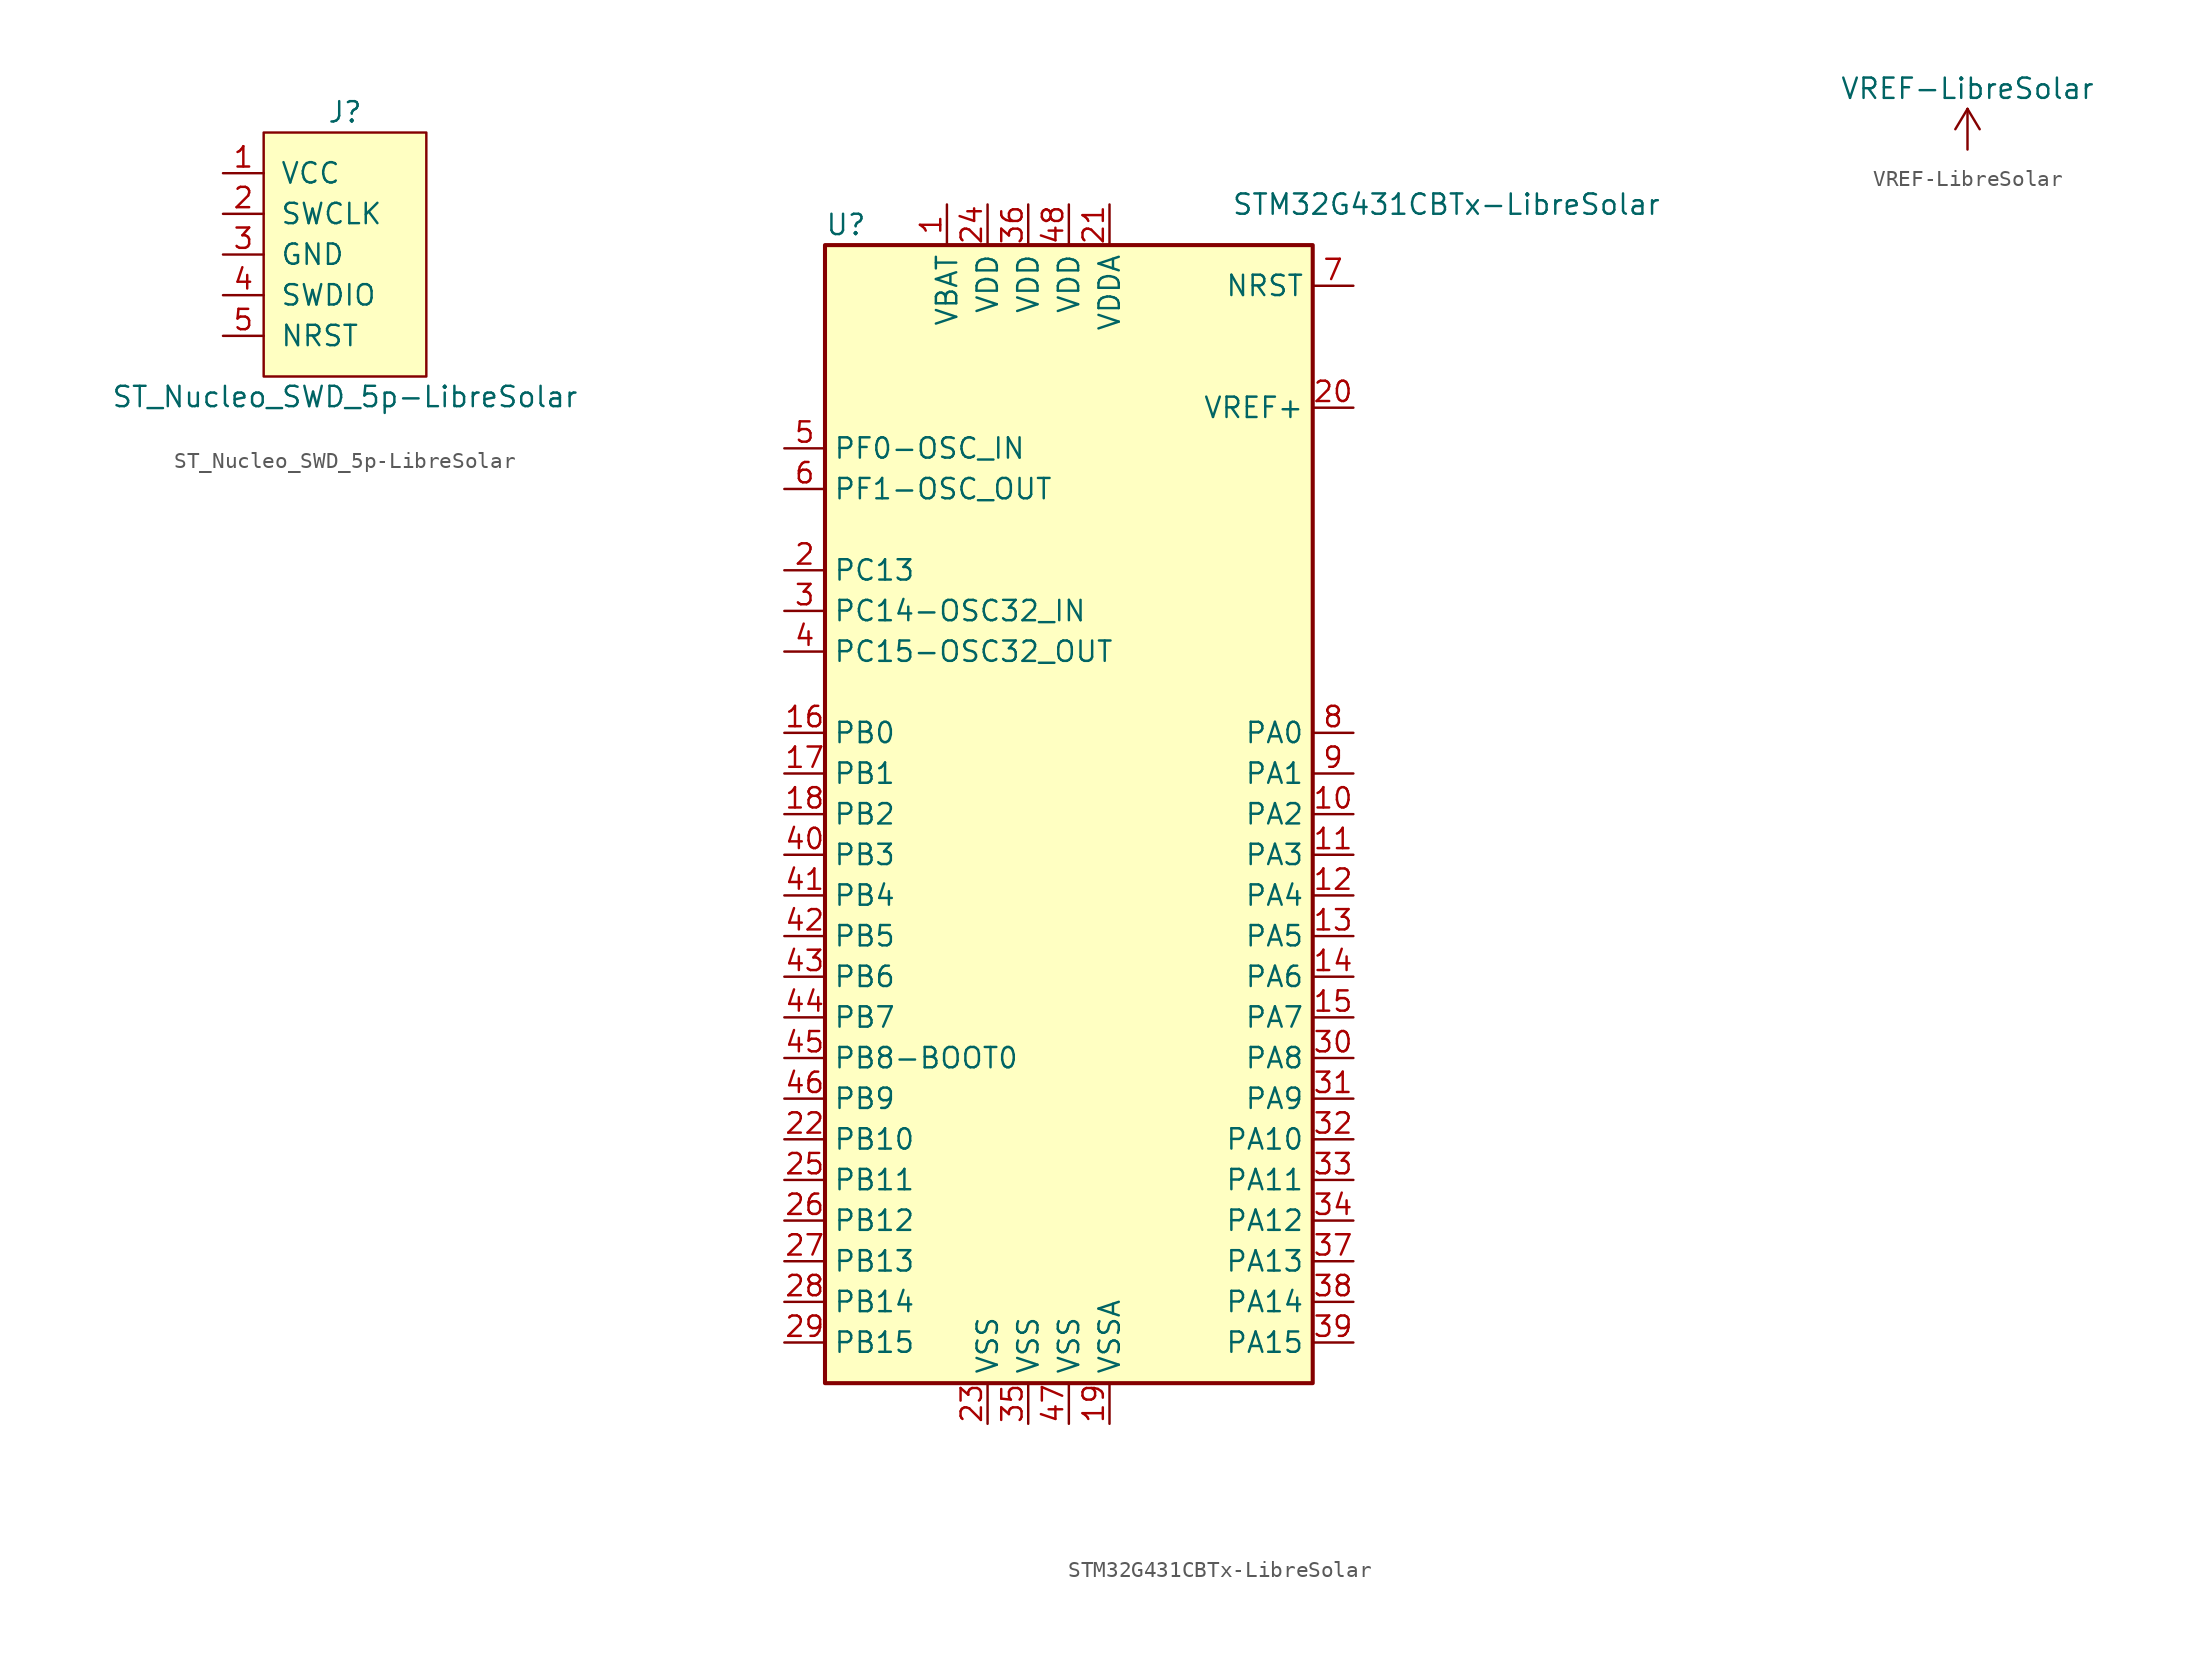
<source format=kicad_sym>
(kicad_symbol_lib
  (version 20211014)
  (generator kicad_symbol_editor)
  (symbol "ST_Nucleo_SWD_5p-LibreSolar"
    (pin_names
      (offset 1.016))
    (property "Reference" "J"
      (at 0 8.89 0)
      (effects (font (size 1.27 1.27))))
    (property "Value" "ST_Nucleo_SWD_5p-LibreSolar"
      (at 0 -8.89 0)
      (effects (font (size 1.27 1.27))))
    (property "Datasheet" ""
      (at 3.81 1.27 0)
      (effects (font (size 1.524 1.524))))
    (symbol "ST_Nucleo_SWD_5p-LibreSolar_0_1"
      (rectangle (start -5.08 7.62) (end 5.08 -7.62) (stroke (width 0) (type default) (color 0 0 0 0)) (fill (type background))))
    (symbol "ST_Nucleo_SWD_5p-LibreSolar_1_1"
      (pin passive line (at -7.62 5.08 0) (length 2.54) (name "VCC" (effects (font (size 1.27 1.27)))) (number "1" (effects (font (size 1.27 1.27)))))
      (pin passive line (at -7.62 2.54 0) (length 2.54) (name "SWCLK" (effects (font (size 1.27 1.27)))) (number "2" (effects (font (size 1.27 1.27)))))
      (pin passive line (at -7.62 0 0) (length 2.54) (name "GND" (effects (font (size 1.27 1.27)))) (number "3" (effects (font (size 1.27 1.27)))))
      (pin passive line (at -7.62 -2.54 0) (length 2.54) (name "SWDIO" (effects (font (size 1.27 1.27)))) (number "4" (effects (font (size 1.27 1.27)))))
      (pin passive line (at -7.62 -5.08 0) (length 2.54) (name "NRST" (effects (font (size 1.27 1.27)))) (number "5" (effects (font (size 1.27 1.27)))))))
  (symbol "STM32G431CBTx-LibreSolar"
    (property "Reference" "U"
      (at -15.24 36.83 0)
      (effects (font (size 1.27 1.27)) (justify left)))
    (property "Value" "STM32G431CBTx-LibreSolar"
      (at 10.16 38.1 0)
      (effects (font (size 1.27 1.27)) (justify left)))
    (symbol "STM32G431CBTx-LibreSolar_0_1"
      (rectangle (start -15.24 -35.56) (end 15.24 35.56) (stroke (width 0.254) (type default) (color 0 0 0 0)) (fill (type background))))
    (symbol "STM32G431CBTx-LibreSolar_1_1"
      (pin power_in line (at -7.62 38.1 270) (length 2.54) (name "VBAT" (effects (font (size 1.27 1.27)))) (number "1" (effects (font (size 1.27 1.27)))))
      (pin bidirectional line (at 17.78 0 180) (length 2.54) (name "PA2" (effects (font (size 1.27 1.27)))) (number "10" (effects (font (size 1.27 1.27)))))
      (pin bidirectional line (at 17.78 -2.54 180) (length 2.54) (name "PA3" (effects (font (size 1.27 1.27)))) (number "11" (effects (font (size 1.27 1.27)))))
      (pin bidirectional line (at 17.78 -5.08 180) (length 2.54) (name "PA4" (effects (font (size 1.27 1.27)))) (number "12" (effects (font (size 1.27 1.27)))))
      (pin bidirectional line (at 17.78 -7.62 180) (length 2.54) (name "PA5" (effects (font (size 1.27 1.27)))) (number "13" (effects (font (size 1.27 1.27)))))
      (pin bidirectional line (at 17.78 -10.16 180) (length 2.54) (name "PA6" (effects (font (size 1.27 1.27)))) (number "14" (effects (font (size 1.27 1.27)))))
      (pin bidirectional line (at 17.78 -12.7 180) (length 2.54) (name "PA7" (effects (font (size 1.27 1.27)))) (number "15" (effects (font (size 1.27 1.27)))))
      (pin bidirectional line (at -17.78 5.08 0) (length 2.54) (name "PB0" (effects (font (size 1.27 1.27)))) (number "16" (effects (font (size 1.27 1.27)))))
      (pin bidirectional line (at -17.78 2.54 0) (length 2.54) (name "PB1" (effects (font (size 1.27 1.27)))) (number "17" (effects (font (size 1.27 1.27)))))
      (pin bidirectional line (at -17.78 0 0) (length 2.54) (name "PB2" (effects (font (size 1.27 1.27)))) (number "18" (effects (font (size 1.27 1.27)))))
      (pin power_in line (at 2.54 -38.1 90) (length 2.54) (name "VSSA" (effects (font (size 1.27 1.27)))) (number "19" (effects (font (size 1.27 1.27)))))
      (pin bidirectional line (at -17.78 15.24 0) (length 2.54) (name "PC13" (effects (font (size 1.27 1.27)))) (number "2" (effects (font (size 1.27 1.27)))))
      (pin power_in line (at 17.78 25.4 180) (length 2.54) (name "VREF+" (effects (font (size 1.27 1.27)))) (number "20" (effects (font (size 1.27 1.27)))))
      (pin power_in line (at 2.54 38.1 270) (length 2.54) (name "VDDA" (effects (font (size 1.27 1.27)))) (number "21" (effects (font (size 1.27 1.27)))))
      (pin bidirectional line (at -17.78 -20.32 0) (length 2.54) (name "PB10" (effects (font (size 1.27 1.27)))) (number "22" (effects (font (size 1.27 1.27)))))
      (pin power_in line (at -5.08 -38.1 90) (length 2.54) (name "VSS" (effects (font (size 1.27 1.27)))) (number "23" (effects (font (size 1.27 1.27)))))
      (pin power_in line (at -5.08 38.1 270) (length 2.54) (name "VDD" (effects (font (size 1.27 1.27)))) (number "24" (effects (font (size 1.27 1.27)))))
      (pin bidirectional line (at -17.78 -22.86 0) (length 2.54) (name "PB11" (effects (font (size 1.27 1.27)))) (number "25" (effects (font (size 1.27 1.27)))))
      (pin bidirectional line (at -17.78 -25.4 0) (length 2.54) (name "PB12" (effects (font (size 1.27 1.27)))) (number "26" (effects (font (size 1.27 1.27)))))
      (pin bidirectional line (at -17.78 -27.94 0) (length 2.54) (name "PB13" (effects (font (size 1.27 1.27)))) (number "27" (effects (font (size 1.27 1.27)))))
      (pin bidirectional line (at -17.78 -30.48 0) (length 2.54) (name "PB14" (effects (font (size 1.27 1.27)))) (number "28" (effects (font (size 1.27 1.27)))))
      (pin bidirectional line (at -17.78 -33.02 0) (length 2.54) (name "PB15" (effects (font (size 1.27 1.27)))) (number "29" (effects (font (size 1.27 1.27)))))
      (pin bidirectional line (at -17.78 12.7 0) (length 2.54) (name "PC14-OSC32_IN" (effects (font (size 1.27 1.27)))) (number "3" (effects (font (size 1.27 1.27)))))
      (pin bidirectional line (at 17.78 -15.24 180) (length 2.54) (name "PA8" (effects (font (size 1.27 1.27)))) (number "30" (effects (font (size 1.27 1.27)))))
      (pin bidirectional line (at 17.78 -17.78 180) (length 2.54) (name "PA9" (effects (font (size 1.27 1.27)))) (number "31" (effects (font (size 1.27 1.27)))))
      (pin bidirectional line (at 17.78 -20.32 180) (length 2.54) (name "PA10" (effects (font (size 1.27 1.27)))) (number "32" (effects (font (size 1.27 1.27)))))
      (pin bidirectional line (at 17.78 -22.86 180) (length 2.54) (name "PA11" (effects (font (size 1.27 1.27)))) (number "33" (effects (font (size 1.27 1.27)))))
      (pin bidirectional line (at 17.78 -25.4 180) (length 2.54) (name "PA12" (effects (font (size 1.27 1.27)))) (number "34" (effects (font (size 1.27 1.27)))))
      (pin power_in line (at -2.54 -38.1 90) (length 2.54) (name "VSS" (effects (font (size 1.27 1.27)))) (number "35" (effects (font (size 1.27 1.27)))))
      (pin power_in line (at -2.54 38.1 270) (length 2.54) (name "VDD" (effects (font (size 1.27 1.27)))) (number "36" (effects (font (size 1.27 1.27)))))
      (pin bidirectional line (at 17.78 -27.94 180) (length 2.54) (name "PA13" (effects (font (size 1.27 1.27)))) (number "37" (effects (font (size 1.27 1.27)))))
      (pin bidirectional line (at 17.78 -30.48 180) (length 2.54) (name "PA14" (effects (font (size 1.27 1.27)))) (number "38" (effects (font (size 1.27 1.27)))))
      (pin bidirectional line (at 17.78 -33.02 180) (length 2.54) (name "PA15" (effects (font (size 1.27 1.27)))) (number "39" (effects (font (size 1.27 1.27)))))
      (pin bidirectional line (at -17.78 10.16 0) (length 2.54) (name "PC15-OSC32_OUT" (effects (font (size 1.27 1.27)))) (number "4" (effects (font (size 1.27 1.27)))))
      (pin bidirectional line (at -17.78 -2.54 0) (length 2.54) (name "PB3" (effects (font (size 1.27 1.27)))) (number "40" (effects (font (size 1.27 1.27)))))
      (pin bidirectional line (at -17.78 -5.08 0) (length 2.54) (name "PB4" (effects (font (size 1.27 1.27)))) (number "41" (effects (font (size 1.27 1.27)))))
      (pin bidirectional line (at -17.78 -7.62 0) (length 2.54) (name "PB5" (effects (font (size 1.27 1.27)))) (number "42" (effects (font (size 1.27 1.27)))))
      (pin bidirectional line (at -17.78 -10.16 0) (length 2.54) (name "PB6" (effects (font (size 1.27 1.27)))) (number "43" (effects (font (size 1.27 1.27)))))
      (pin bidirectional line (at -17.78 -12.7 0) (length 2.54) (name "PB7" (effects (font (size 1.27 1.27)))) (number "44" (effects (font (size 1.27 1.27)))))
      (pin input line (at -17.78 -15.24 0) (length 2.54) (name "PB8-BOOT0" (effects (font (size 1.27 1.27)))) (number "45" (effects (font (size 1.27 1.27)))))
      (pin bidirectional line (at -17.78 -17.78 0) (length 2.54) (name "PB9" (effects (font (size 1.27 1.27)))) (number "46" (effects (font (size 1.27 1.27)))))
      (pin power_in line (at 0 -38.1 90) (length 2.54) (name "VSS" (effects (font (size 1.27 1.27)))) (number "47" (effects (font (size 1.27 1.27)))))
      (pin power_in line (at 0 38.1 270) (length 2.54) (name "VDD" (effects (font (size 1.27 1.27)))) (number "48" (effects (font (size 1.27 1.27)))))
      (pin input line (at -17.78 22.86 0) (length 2.54) (name "PF0-OSC_IN" (effects (font (size 1.27 1.27)))) (number "5" (effects (font (size 1.27 1.27)))))
      (pin input line (at -17.78 20.32 0) (length 2.54) (name "PF1-OSC_OUT" (effects (font (size 1.27 1.27)))) (number "6" (effects (font (size 1.27 1.27)))))
      (pin input line (at 17.78 33.02 180) (length 2.54) (name "NRST" (effects (font (size 1.27 1.27)))) (number "7" (effects (font (size 1.27 1.27)))))
      (pin bidirectional line (at 17.78 5.08 180) (length 2.54) (name "PA0" (effects (font (size 1.27 1.27)))) (number "8" (effects (font (size 1.27 1.27)))))
      (pin bidirectional line (at 17.78 2.54 180) (length 2.54) (name "PA1" (effects (font (size 1.27 1.27)))) (number "9" (effects (font (size 1.27 1.27)))))))
  (symbol "VREF-LibreSolar"
    (power)
    (pin_names
      (offset 0))
    (property "Reference" "#PWR"
      (at 0 -3.81 0)
      (effects (font (size 1.27 1.27)) hide))
    (property "Value" "VREF-LibreSolar"
      (at 0 3.81 0)
      (effects (font (size 1.27 1.27))))
    (symbol "VREF-LibreSolar_0_1"
      (polyline (pts (xy -0.762 1.27) (xy 0 2.54)) (stroke (width 0) (type default) (color 0 0 0 0)) (fill (type none)))
      (polyline (pts (xy 0 0) (xy 0 2.54)) (stroke (width 0) (type default) (color 0 0 0 0)) (fill (type none)))
      (polyline (pts (xy 0 2.54) (xy 0.762 1.27)) (stroke (width 0) (type default) (color 0 0 0 0)) (fill (type none))))
    (symbol "VREF-LibreSolar_1_1"
      (pin power_in line (at 0 0 90) (length 0) hide (name "VREF" (effects (font (size 1.27 1.27)))) (number "1" (effects (font (size 1.27 1.27))))))))
</source>
